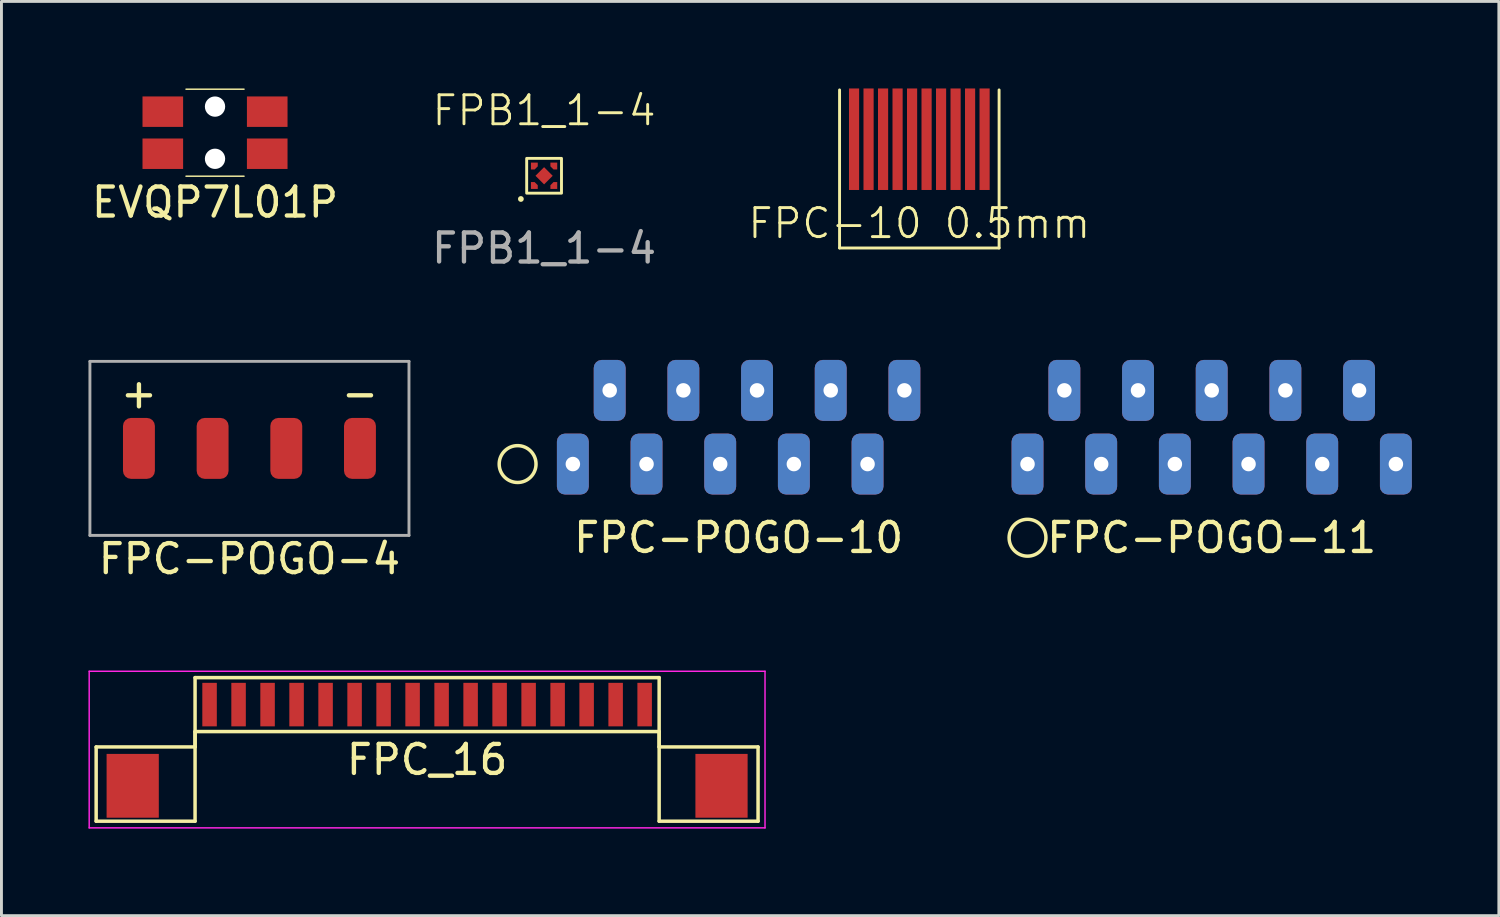
<source format=kicad_pcb>
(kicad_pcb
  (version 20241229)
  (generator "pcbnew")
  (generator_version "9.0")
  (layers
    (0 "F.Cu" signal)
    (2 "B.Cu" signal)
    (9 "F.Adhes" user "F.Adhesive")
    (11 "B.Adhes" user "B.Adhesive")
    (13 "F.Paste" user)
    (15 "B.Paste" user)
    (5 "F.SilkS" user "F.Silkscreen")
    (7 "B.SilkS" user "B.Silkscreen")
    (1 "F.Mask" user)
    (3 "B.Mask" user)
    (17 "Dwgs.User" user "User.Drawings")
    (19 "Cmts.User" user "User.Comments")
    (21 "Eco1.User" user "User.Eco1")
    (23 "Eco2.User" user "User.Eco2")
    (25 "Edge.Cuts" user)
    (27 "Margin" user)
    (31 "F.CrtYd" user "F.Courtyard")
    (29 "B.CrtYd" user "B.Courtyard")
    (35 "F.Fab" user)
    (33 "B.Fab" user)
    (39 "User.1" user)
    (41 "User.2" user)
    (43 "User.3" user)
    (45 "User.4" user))
  (footprint "FPC-POGO-11"
    (layer "F.Cu")
    (at 38.725 11.679)
    (property "Reference" "FPC-POGO-11" (at 0 3.81 0) (layer "F.SilkS") (effects (font (size 1 1) (thickness 0.15))))
    (attr through_hole)
    (fp_circle (center -6.35 3.81) (end -5.715 3.81) (stroke (width 0.12) (type solid)) (fill no) (layer "F.SilkS"))
    (pad "1" thru_hole roundrect (at -6.35 1.27) (size 1.1 2.1) (drill 0.5) (layers "*.Cu" "*.Mask") (roundrect_rratio 0.25))
    (pad "2" thru_hole roundrect (at -5.08 -1.27) (size 1.1 2.1) (drill 0.5) (layers "*.Cu" "*.Mask") (roundrect_rratio 0.25))
    (pad "3" thru_hole roundrect (at -3.81 1.27) (size 1.1 2.1) (drill 0.5) (layers "*.Cu" "*.Mask") (roundrect_rratio 0.25))
    (pad "4" thru_hole roundrect (at -2.54 -1.27) (size 1.1 2.1) (drill 0.5) (layers "*.Cu" "*.Mask") (roundrect_rratio 0.25))
    (pad "5" thru_hole roundrect (at -1.27 1.27) (size 1.1 2.1) (drill 0.5) (layers "*.Cu" "*.Mask") (roundrect_rratio 0.25))
    (pad "6" thru_hole roundrect (at 0 -1.27) (size 1.1 2.1) (drill 0.5) (layers "*.Cu" "*.Mask") (roundrect_rratio 0.25))
    (pad "7" thru_hole roundrect (at 1.27 1.27) (size 1.1 2.1) (drill 0.5) (layers "*.Cu" "*.Mask") (roundrect_rratio 0.25))
    (pad "8" thru_hole roundrect (at 2.54 -1.27) (size 1.1 2.1) (drill 0.5) (layers "*.Cu" "*.Mask") (roundrect_rratio 0.25))
    (pad "9" thru_hole roundrect (at 3.81 1.27) (size 1.1 2.1) (drill 0.5) (layers "*.Cu" "*.Mask") (roundrect_rratio 0.25))
    (pad "10" thru_hole roundrect (at 5.08 -1.27) (size 1.1 2.1) (drill 0.5) (layers "*.Cu" "*.Mask") (roundrect_rratio 0.25))
    (pad "11" thru_hole roundrect (at 6.35 1.27) (size 1.1 2.1) (drill 0.5) (layers "*.Cu" "*.Mask") (roundrect_rratio 0.25)))
  (footprint "FPC-POGO-4"
    (layer "F.Cu")
    (at 5.55 12.409)
    (property "Reference" "FPC-POGO-4" (at 0 3.81 0) (layer "F.SilkS") (effects (font (size 1 1) (thickness 0.15))))
    (attr through_hole)
    (fp_line (start -5.5 -3) (end -5.5 3) (stroke (width 0.1) (type solid)) (layer "F.Fab"))
    (fp_line (start -5.5 3) (end 5.5 3) (stroke (width 0.1) (type solid)) (layer "F.Fab"))
    (fp_line (start 5.5 -3) (end -5.5 -3) (stroke (width 0.1) (type solid)) (layer "F.Fab"))
    (fp_line (start 5.5 3) (end 5.5 -3) (stroke (width 0.1) (type solid)) (layer "F.Fab"))
    (fp_text user "+" (at -3.81 -1.905 0) (unlocked yes) (layer "F.SilkS") (effects (font (size 1 1) (thickness 0.15))))
    (fp_text user "-" (at 3.81 -1.905 0) (unlocked yes) (layer "F.SilkS") (effects (font (size 1 1) (thickness 0.15))))
    (pad "1" smd roundrect (at -3.81 0) (size 1.1 2.1) (layers "F.Cu" "F.Mask" "F.Paste") (roundrect_rratio 0.25))
    (pad "2" smd roundrect (at -1.27 0) (size 1.1 2.1) (layers "F.Cu" "F.Mask" "F.Paste") (roundrect_rratio 0.25))
    (pad "3" smd roundrect (at 1.27 0) (size 1.1 2.1) (layers "F.Cu" "F.Mask" "F.Paste") (roundrect_rratio 0.25))
    (pad "4" smd roundrect (at 3.81 0) (size 1.1 2.1) (layers "F.Cu" "F.Mask" "F.Paste") (roundrect_rratio 0.25)))
  (footprint "FPC-POGO-10"
    (layer "F.Cu")
    (at 22.415 11.679)
    (property "Reference" "FPC-POGO-10" (at 0 3.81 0) (layer "F.SilkS") (effects (font (size 1 1) (thickness 0.15))))
    (attr through_hole)
    (fp_circle (center -7.62 1.27) (end -6.985 1.27) (stroke (width 0.12) (type solid)) (fill no) (layer "F.SilkS"))
    (pad "1" thru_hole roundrect (at -5.715 1.27) (size 1.1 2.1) (drill 0.5) (layers "*.Cu" "*.Mask") (roundrect_rratio 0.25))
    (pad "2" thru_hole roundrect (at -4.445 -1.27) (size 1.1 2.1) (drill 0.5) (layers "*.Cu" "*.Mask") (roundrect_rratio 0.25))
    (pad "3" thru_hole roundrect (at -3.175 1.27) (size 1.1 2.1) (drill 0.5) (layers "*.Cu" "*.Mask") (roundrect_rratio 0.25))
    (pad "4" thru_hole roundrect (at -1.905 -1.27) (size 1.1 2.1) (drill 0.5) (layers "*.Cu" "*.Mask") (roundrect_rratio 0.25))
    (pad "5" thru_hole roundrect (at -0.635 1.27) (size 1.1 2.1) (drill 0.5) (layers "*.Cu" "*.Mask") (roundrect_rratio 0.25))
    (pad "6" thru_hole roundrect (at 0.635 -1.27) (size 1.1 2.1) (drill 0.5) (layers "*.Cu" "*.Mask") (roundrect_rratio 0.25))
    (pad "7" thru_hole roundrect (at 1.905 1.27) (size 1.1 2.1) (drill 0.5) (layers "*.Cu" "*.Mask") (roundrect_rratio 0.25))
    (pad "8" thru_hole roundrect (at 3.175 -1.27) (size 1.1 2.1) (drill 0.5) (layers "*.Cu" "*.Mask") (roundrect_rratio 0.25))
    (pad "9" thru_hole roundrect (at 4.445 1.27) (size 1.1 2.1) (drill 0.5) (layers "*.Cu" "*.Mask") (roundrect_rratio 0.25))
    (pad "10" thru_hole roundrect (at 5.715 -1.27) (size 1.1 2.1) (drill 0.5) (layers "*.Cu" "*.Mask") (roundrect_rratio 0.25)))
  (footprint "EVQP7L01P"
    (layer "F.Cu")
    (at 4.363 1.525)
    (property "Reference" "EVQP7L01P" (at 0 2.4 0) (layer "F.SilkS") (effects (font (size 1 1) (thickness 0.15))))
    (attr through_hole)
    (fp_line (start -1 -1.5) (end 1 -1.5) (stroke (width 0.05) (type solid)) (layer "F.SilkS"))
    (fp_line (start -1 1.5) (end 1 1.5) (stroke (width 0.05) (type solid)) (layer "F.SilkS"))
    (pad "" np_thru_hole circle (at 0 -0.9) (size 0.7 0.7) (drill 0.7) (layers "*.Cu" "*.Mask"))
    (pad "" np_thru_hole circle (at 0 0.9) (size 0.7 0.7) (drill 0.7) (layers "*.Cu" "*.Mask"))
    (pad "" smd rect (at 1.8 -0.725 180) (size 1.4 1.05) (layers "F.Cu" "F.Mask" "F.Paste"))
    (pad "" smd rect (at 1.8 0.725 180) (size 1.4 1.05) (layers "F.Cu" "F.Mask" "F.Paste"))
    (pad "1" smd rect (at -1.8 -0.725) (size 1.4 1.05) (layers "F.Cu" "F.Mask" "F.Paste"))
    (pad "2" smd rect (at -1.8 0.725) (size 1.4 1.05) (layers "F.Cu" "F.Mask" "F.Paste")))
  (footprint "FPB1_1-4"
    (layer "F.Cu")
    (at 15.708 3.01)
    (property "Reference" "FPB1_1-4" (at 0 -2.25 0) (unlocked yes) (layer "F.SilkS") (effects (font (size 1 1) (thickness 0.1))))
    (attr smd)
    (fp_rect (start -0.6 -0.6) (end 0.6 0.6) (stroke (width 0.1) (type default)) (fill no) (layer "F.SilkS"))
    (fp_circle (center -0.8 0.8) (end -0.7 0.8) (stroke (width 0) (type solid)) (fill yes) (layer "F.SilkS"))
    (fp_text user "${REFERENCE}" (at 0 2.5 0) (unlocked yes) (layer "F.Fab") (effects (font (size 1 1) (thickness 0.15))))
    (pad "" smd rect (at 0 0 45) (size 0.42 0.42) (layers "F.Cu" "F.Mask" "F.Paste"))
    (pad "1" smd custom (at -0.325 0.325 90) (size 0.1 0.1) (layers "F.Cu" "F.Mask" "F.Paste") (options (anchor rect)) (primitives (gr_poly (pts (xy -0.128 -0.128) (xy 0.107 -0.128) (xy 0.107 0) (xy 0 0.107) (xy -0.128 0.107)) (width 0) (fill yes))))
    (pad "2" smd custom (at 0.325 0.325 180) (size 0.1 0.1) (layers "F.Cu" "F.Mask" "F.Paste") (options (anchor rect)) (primitives (gr_poly (pts (xy -0.128 -0.128) (xy 0.107 -0.128) (xy 0.107 0) (xy 0 0.107) (xy -0.128 0.107)) (width 0) (fill yes))))
    (pad "3" smd custom (at 0.325 -0.325 270) (size 0.1 0.1) (layers "F.Cu" "F.Mask" "F.Paste") (options (anchor rect)) (primitives (gr_poly (pts (xy -0.128 -0.128) (xy 0.107 -0.128) (xy 0.107 0) (xy 0 0.107) (xy -0.128 0.107)) (width 0) (fill yes))))
    (pad "4" smd custom (at -0.325 -0.325) (size 0.1 0.1) (layers "F.Cu" "F.Mask" "F.Paste") (options (anchor rect)) (primitives (gr_poly (pts (xy -0.128 -0.128) (xy 0.107 -0.128) (xy 0.107 0) (xy 0 0.107) (xy -0.128 0.107)) (width 0) (fill yes)))))
  (footprint "FPC_16"
    (layer "F.Cu")
    (at 11.675 21.242)
    (property "Reference" "FPC_16" (at 0 1.9 0) (layer "F.SilkS") (effects (font (size 1 1) (thickness 0.15))))
    (attr smd)
    (fp_line (start -11.41 1.46) (end -8 1.46) (stroke (width 0.12) (type solid)) (layer "F.SilkS"))
    (fp_line (start -11.41 4.02) (end -11.41 1.46) (stroke (width 0.12) (type solid)) (layer "F.SilkS"))
    (fp_line (start -8 -0.93) (end 8 -0.93) (stroke (width 0.12) (type solid)) (layer "F.SilkS"))
    (fp_line (start -8 0.93) (end -8 4.02) (stroke (width 0.12) (type solid)) (layer "F.SilkS"))
    (fp_line (start -8 0.93) (end 8 0.93) (stroke (width 0.12) (type solid)) (layer "F.SilkS"))
    (fp_line (start -8 1.46) (end -8 -0.93) (stroke (width 0.12) (type solid)) (layer "F.SilkS"))
    (fp_line (start -8 4.02) (end -11.41 4.02) (stroke (width 0.12) (type solid)) (layer "F.SilkS"))
    (fp_line (start 8 0.93) (end 8 4.02) (stroke (width 0.12) (type solid)) (layer "F.SilkS"))
    (fp_line (start 8 1.46) (end 8 -0.93) (stroke (width 0.12) (type solid)) (layer "F.SilkS"))
    (fp_line (start 8 4.02) (end 11.41 4.02) (stroke (width 0.12) (type solid)) (layer "F.SilkS"))
    (fp_line (start 11.41 1.46) (end 8 1.46) (stroke (width 0.12) (type solid)) (layer "F.SilkS"))
    (fp_line (start 11.41 4.02) (end 11.41 1.46) (stroke (width 0.12) (type solid)) (layer "F.SilkS"))
    (fp_line (start -11.65 -1.15) (end -11.65 4.25) (stroke (width 0.05) (type solid)) (layer "F.CrtYd"))
    (fp_line (start -11.65 -1.15) (end 11.65 -1.15) (stroke (width 0.05) (type solid)) (layer "F.CrtYd"))
    (fp_line (start -11.65 4.25) (end 11.65 4.25) (stroke (width 0.05) (type solid)) (layer "F.CrtYd"))
    (fp_line (start 11.65 -1.15) (end 11.65 4.25) (stroke (width 0.05) (type solid)) (layer "F.CrtYd"))
    (pad "0" smd rect (at -10.15 2.8) (size 1.8 2.2) (layers "F.Cu" "F.Mask" "F.Paste"))
    (pad "0" smd rect (at 10.15 2.8) (size 1.8 2.2) (layers "F.Cu" "F.Mask" "F.Paste"))
    (pad "1" smd rect (at -7.5 0) (size 0.5 1.5) (layers "F.Cu" "F.Mask" "F.Paste"))
    (pad "2" smd rect (at -6.5 0) (size 0.5 1.5) (layers "F.Cu" "F.Mask" "F.Paste"))
    (pad "3" smd rect (at -5.5 0) (size 0.5 1.5) (layers "F.Cu" "F.Mask" "F.Paste"))
    (pad "4" smd rect (at -4.5 0) (size 0.5 1.5) (layers "F.Cu" "F.Mask" "F.Paste"))
    (pad "5" smd rect (at -3.5 0) (size 0.5 1.5) (layers "F.Cu" "F.Mask" "F.Paste"))
    (pad "6" smd rect (at -2.5 0) (size 0.5 1.5) (layers "F.Cu" "F.Mask" "F.Paste"))
    (pad "7" smd rect (at -1.5 0) (size 0.5 1.5) (layers "F.Cu" "F.Mask" "F.Paste"))
    (pad "8" smd rect (at -0.5 0) (size 0.5 1.5) (layers "F.Cu" "F.Mask" "F.Paste"))
    (pad "9" smd rect (at 0.5 0) (size 0.5 1.5) (layers "F.Cu" "F.Mask" "F.Paste"))
    (pad "10" smd rect (at 1.5 0) (size 0.5 1.5) (layers "F.Cu" "F.Mask" "F.Paste"))
    (pad "11" smd rect (at 2.5 0) (size 0.5 1.5) (layers "F.Cu" "F.Mask" "F.Paste"))
    (pad "12" smd rect (at 3.5 0) (size 0.5 1.5) (layers "F.Cu" "F.Mask" "F.Paste"))
    (pad "13" smd rect (at 4.5 0) (size 0.5 1.5) (layers "F.Cu" "F.Mask" "F.Paste"))
    (pad "14" smd rect (at 5.5 0) (size 0.5 1.5) (layers "F.Cu" "F.Mask" "F.Paste"))
    (pad "15" smd rect (at 6.5 0) (size 0.5 1.5) (layers "F.Cu" "F.Mask" "F.Paste"))
    (pad "16" smd rect (at 7.5 0) (size 0.5 1.5) (layers "F.Cu" "F.Mask" "F.Paste")))
  (footprint "FPC-10 0.5mm"
    (layer "F.Cu")
    (at 28.645 1.75)
    (property "Reference" "FPC-10 0.5mm" (at 0 2.9 0) (layer "F.SilkS") (effects (font (size 1 1) (thickness 0.1))))
    (attr through_hole)
    (fp_line (start -2.75 -1.7) (end -2.75 3.75) (stroke (width 0.1) (type solid)) (layer "F.SilkS"))
    (fp_line (start -2.75 3.75) (end 2.75 3.75) (stroke (width 0.1) (type solid)) (layer "F.SilkS"))
    (fp_line (start 2.75 3.75) (end 2.75 -1.7) (stroke (width 0.1) (type solid)) (layer "F.SilkS"))
    (pad "1" smd rect (at -2.25 0) (size 0.35 3.5) (layers "F.Cu" "F.Mask" "F.Paste"))
    (pad "2" smd rect (at -1.75 0) (size 0.35 3.5) (layers "F.Cu" "F.Mask" "F.Paste"))
    (pad "3" smd rect (at -1.25 0) (size 0.35 3.5) (layers "F.Cu" "F.Mask" "F.Paste"))
    (pad "4" smd rect (at -0.75 0) (size 0.35 3.5) (layers "F.Cu" "F.Mask" "F.Paste"))
    (pad "5" smd rect (at -0.25 0) (size 0.35 3.5) (layers "F.Cu" "F.Mask" "F.Paste"))
    (pad "6" smd rect (at 0.25 0) (size 0.35 3.5) (layers "F.Cu" "F.Mask" "F.Paste"))
    (pad "7" smd rect (at 0.75 0) (size 0.35 3.5) (layers "F.Cu" "F.Mask" "F.Paste"))
    (pad "8" smd rect (at 1.25 0) (size 0.35 3.5) (layers "F.Cu" "F.Mask" "F.Paste"))
    (pad "9" smd rect (at 1.75 0) (size 0.35 3.5) (layers "F.Cu" "F.Mask" "F.Paste"))
    (pad "10" smd rect (at 2.25 0) (size 0.35 3.5) (layers "F.Cu" "F.Mask" "F.Paste")))
  (gr_rect
    (start -3 -3)
    (end 48.625 28.517)
    (stroke (width 0.1) (type default))
    (fill no)
    (layer "Edge.Cuts")))
</source>
